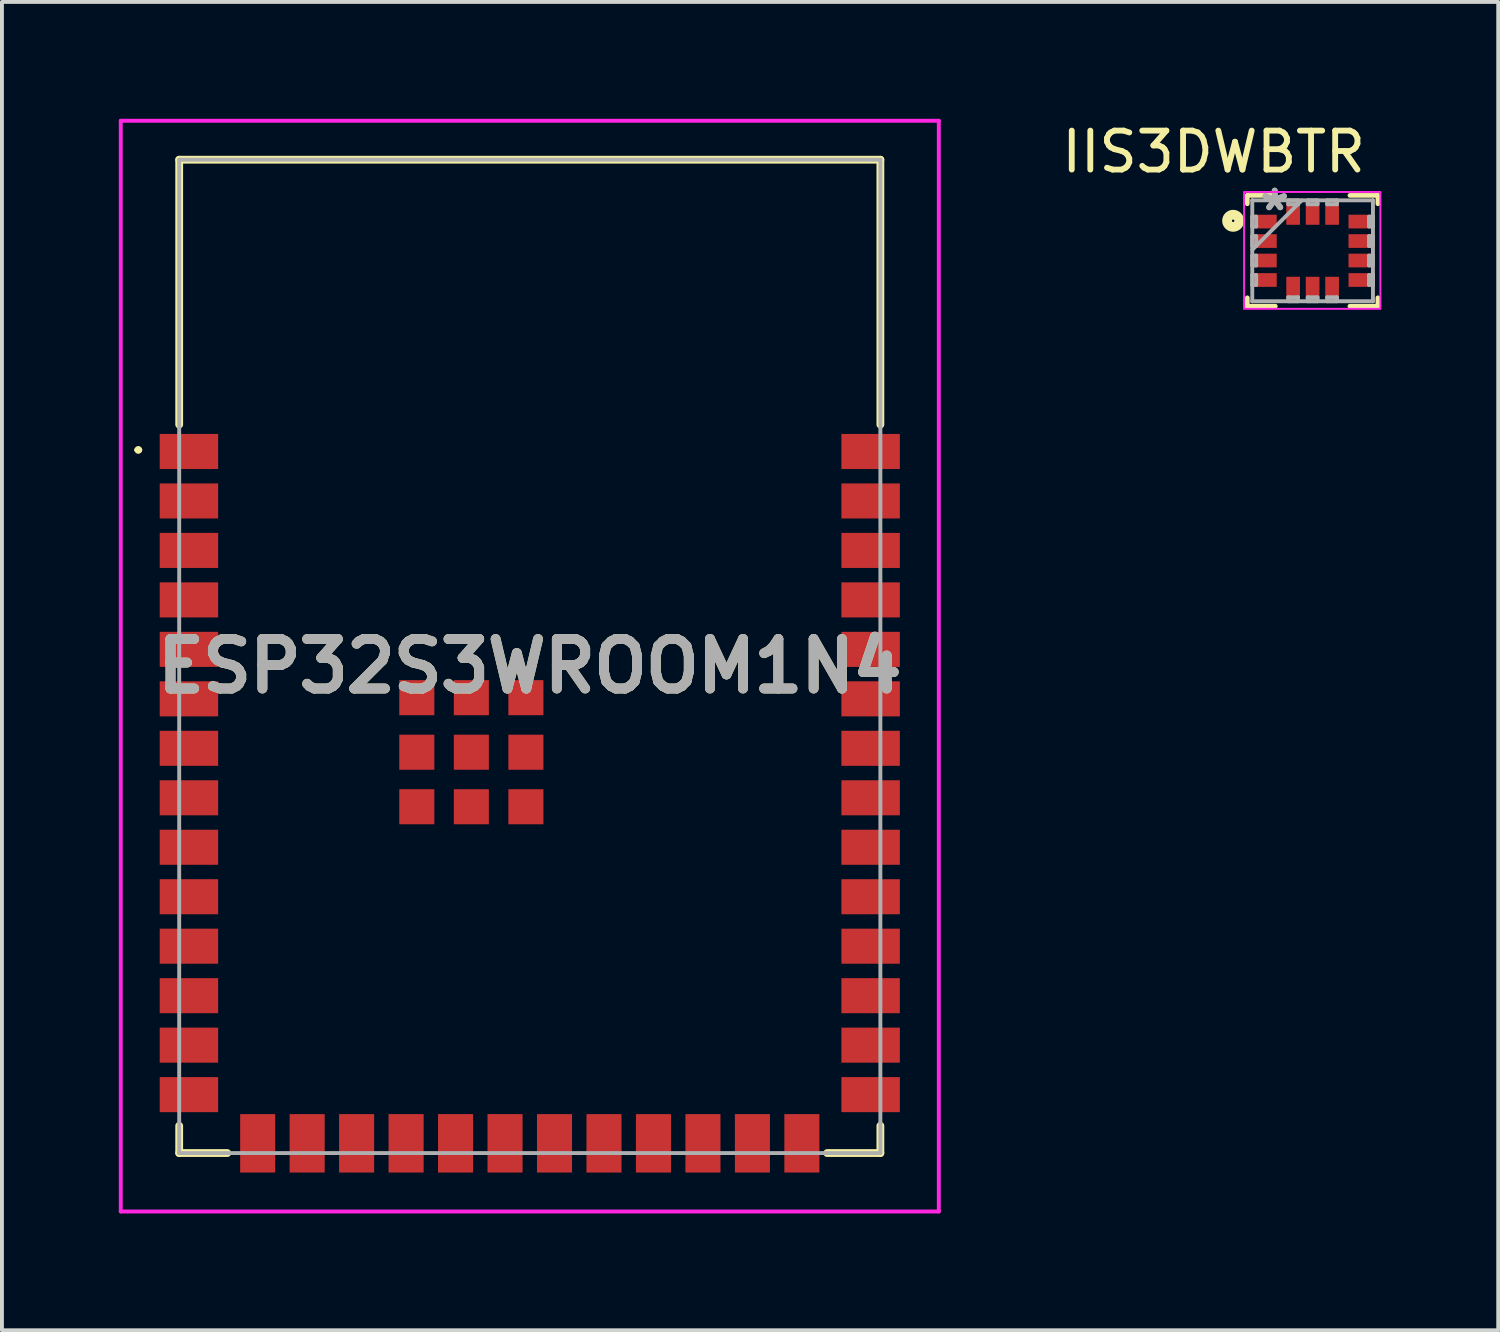
<source format=kicad_pcb>
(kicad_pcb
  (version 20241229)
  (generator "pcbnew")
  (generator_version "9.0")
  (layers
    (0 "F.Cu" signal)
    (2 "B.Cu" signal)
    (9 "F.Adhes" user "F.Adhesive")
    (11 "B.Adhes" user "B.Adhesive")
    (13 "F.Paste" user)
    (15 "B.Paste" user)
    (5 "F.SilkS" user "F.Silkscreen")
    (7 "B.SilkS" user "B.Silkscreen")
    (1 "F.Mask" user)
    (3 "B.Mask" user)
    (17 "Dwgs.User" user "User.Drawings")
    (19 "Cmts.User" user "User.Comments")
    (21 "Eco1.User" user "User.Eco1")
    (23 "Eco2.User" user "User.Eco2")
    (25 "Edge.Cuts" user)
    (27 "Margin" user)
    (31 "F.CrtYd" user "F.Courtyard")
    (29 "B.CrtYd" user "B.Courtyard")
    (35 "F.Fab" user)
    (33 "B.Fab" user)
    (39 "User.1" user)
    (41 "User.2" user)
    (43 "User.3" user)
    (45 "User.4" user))
  (footprint "ESP32S3WROOM1N4"
    (layer "F.Cu")
    (at 10.55 13.8)
    (property "Reference" "ESP32S3WROOM1N4" (at 0 0.25 0) (layer "F.SilkS") (effects (font (size 1.27 1.27) (thickness 0.254))))
    (attr smd)
    (fp_line (start -10.1 -5.3) (end -10.1 -5.3) (stroke (width 0.1) (type solid)) (layer "F.SilkS"))
    (fp_line (start -10 -5.3) (end -10 -5.3) (stroke (width 0.1) (type solid)) (layer "F.SilkS"))
    (fp_line (start -9 -12.75) (end 9 -12.75) (stroke (width 0.2) (type solid)) (layer "F.SilkS"))
    (fp_line (start -9 -5.95) (end -9 -12.75) (stroke (width 0.2) (type solid)) (layer "F.SilkS"))
    (fp_line (start -9 12.05) (end -9 12.75) (stroke (width 0.2) (type solid)) (layer "F.SilkS"))
    (fp_line (start -9 12.75) (end -7.765 12.75) (stroke (width 0.2) (type solid)) (layer "F.SilkS"))
    (fp_line (start 7.635 12.75) (end 9 12.75) (stroke (width 0.2) (type solid)) (layer "F.SilkS"))
    (fp_line (start 9 -12.75) (end 9 -5.95) (stroke (width 0.2) (type solid)) (layer "F.SilkS"))
    (fp_line (start 9 12.75) (end 9 12.05) (stroke (width 0.2) (type solid)) (layer "F.SilkS"))
    (fp_arc (start -10.1 -5.3) (mid -10.05 -5.35) (end -10 -5.3) (stroke (width 0.1) (type solid)) (layer "F.SilkS"))
    (fp_arc (start -10 -5.3) (mid -10.05 -5.25) (end -10.1 -5.3) (stroke (width 0.1) (type solid)) (layer "F.SilkS"))
    (fp_line (start -10.5 -13.75) (end 10.5 -13.75) (stroke (width 0.1) (type solid)) (layer "F.CrtYd"))
    (fp_line (start -10.5 14.25) (end -10.5 -13.75) (stroke (width 0.1) (type solid)) (layer "F.CrtYd"))
    (fp_line (start 10.5 -13.75) (end 10.5 14.25) (stroke (width 0.1) (type solid)) (layer "F.CrtYd"))
    (fp_line (start 10.5 14.25) (end -10.5 14.25) (stroke (width 0.1) (type solid)) (layer "F.CrtYd"))
    (fp_line (start -9 -12.75) (end 9 -12.75) (stroke (width 0.1) (type solid)) (layer "F.Fab"))
    (fp_line (start -9 12.75) (end -9 -12.75) (stroke (width 0.1) (type solid)) (layer "F.Fab"))
    (fp_line (start 9 -12.75) (end 9 12.75) (stroke (width 0.1) (type solid)) (layer "F.Fab"))
    (fp_line (start 9 12.75) (end -9 12.75) (stroke (width 0.1) (type solid)) (layer "F.Fab"))
    (fp_text user "${REFERENCE}" (at 0 0.25 0) (layer "F.Fab") (effects (font (size 1.27 1.27) (thickness 0.254))))
    (pad "1" smd rect (at -8.75 -5.26 90) (size 0.9 1.5) (layers "F.Cu" "F.Mask" "F.Paste"))
    (pad "2" smd rect (at -8.75 -3.99 90) (size 0.9 1.5) (layers "F.Cu" "F.Mask" "F.Paste"))
    (pad "3" smd rect (at -8.75 -2.72 90) (size 0.9 1.5) (layers "F.Cu" "F.Mask" "F.Paste"))
    (pad "4" smd rect (at -8.75 -1.45 90) (size 0.9 1.5) (layers "F.Cu" "F.Mask" "F.Paste"))
    (pad "5" smd rect (at -8.75 -0.18 90) (size 0.9 1.5) (layers "F.Cu" "F.Mask" "F.Paste"))
    (pad "6" smd rect (at -8.75 1.09 90) (size 0.9 1.5) (layers "F.Cu" "F.Mask" "F.Paste"))
    (pad "7" smd rect (at -8.75 2.36 90) (size 0.9 1.5) (layers "F.Cu" "F.Mask" "F.Paste"))
    (pad "8" smd rect (at -8.75 3.63 90) (size 0.9 1.5) (layers "F.Cu" "F.Mask" "F.Paste"))
    (pad "9" smd rect (at -8.75 4.9 90) (size 0.9 1.5) (layers "F.Cu" "F.Mask" "F.Paste"))
    (pad "10" smd rect (at -8.75 6.17 90) (size 0.9 1.5) (layers "F.Cu" "F.Mask" "F.Paste"))
    (pad "11" smd rect (at -8.75 7.44 90) (size 0.9 1.5) (layers "F.Cu" "F.Mask" "F.Paste"))
    (pad "12" smd rect (at -8.75 8.71 90) (size 0.9 1.5) (layers "F.Cu" "F.Mask" "F.Paste"))
    (pad "13" smd rect (at -8.75 9.98 90) (size 0.9 1.5) (layers "F.Cu" "F.Mask" "F.Paste"))
    (pad "14" smd rect (at -8.75 11.25 90) (size 0.9 1.5) (layers "F.Cu" "F.Mask" "F.Paste"))
    (pad "15" smd rect (at -6.985 12.5) (size 0.9 1.5) (layers "F.Cu" "F.Mask" "F.Paste"))
    (pad "16" smd rect (at -5.715 12.5) (size 0.9 1.5) (layers "F.Cu" "F.Mask" "F.Paste"))
    (pad "17" smd rect (at -4.445 12.5) (size 0.9 1.5) (layers "F.Cu" "F.Mask" "F.Paste"))
    (pad "18" smd rect (at -3.175 12.5) (size 0.9 1.5) (layers "F.Cu" "F.Mask" "F.Paste"))
    (pad "19" smd rect (at -1.905 12.5) (size 0.9 1.5) (layers "F.Cu" "F.Mask" "F.Paste"))
    (pad "20" smd rect (at -0.635 12.5) (size 0.9 1.5) (layers "F.Cu" "F.Mask" "F.Paste"))
    (pad "21" smd rect (at 0.635 12.5) (size 0.9 1.5) (layers "F.Cu" "F.Mask" "F.Paste"))
    (pad "22" smd rect (at 1.905 12.5) (size 0.9 1.5) (layers "F.Cu" "F.Mask" "F.Paste"))
    (pad "23" smd rect (at 3.175 12.5) (size 0.9 1.5) (layers "F.Cu" "F.Mask" "F.Paste"))
    (pad "24" smd rect (at 4.445 12.5) (size 0.9 1.5) (layers "F.Cu" "F.Mask" "F.Paste"))
    (pad "25" smd rect (at 5.715 12.5) (size 0.9 1.5) (layers "F.Cu" "F.Mask" "F.Paste"))
    (pad "26" smd rect (at 6.985 12.5) (size 0.9 1.5) (layers "F.Cu" "F.Mask" "F.Paste"))
    (pad "27" smd rect (at 8.75 11.25 90) (size 0.9 1.5) (layers "F.Cu" "F.Mask" "F.Paste"))
    (pad "28" smd rect (at 8.75 9.98 90) (size 0.9 1.5) (layers "F.Cu" "F.Mask" "F.Paste"))
    (pad "29" smd rect (at 8.75 8.71 90) (size 0.9 1.5) (layers "F.Cu" "F.Mask" "F.Paste"))
    (pad "30" smd rect (at 8.75 7.44 90) (size 0.9 1.5) (layers "F.Cu" "F.Mask" "F.Paste"))
    (pad "31" smd rect (at 8.75 6.17 90) (size 0.9 1.5) (layers "F.Cu" "F.Mask" "F.Paste"))
    (pad "32" smd rect (at 8.75 4.9 90) (size 0.9 1.5) (layers "F.Cu" "F.Mask" "F.Paste"))
    (pad "33" smd rect (at 8.75 3.63 90) (size 0.9 1.5) (layers "F.Cu" "F.Mask" "F.Paste"))
    (pad "34" smd rect (at 8.75 2.36 90) (size 0.9 1.5) (layers "F.Cu" "F.Mask" "F.Paste"))
    (pad "35" smd rect (at 8.75 1.09 90) (size 0.9 1.5) (layers "F.Cu" "F.Mask" "F.Paste"))
    (pad "36" smd rect (at 8.75 -0.18 90) (size 0.9 1.5) (layers "F.Cu" "F.Mask" "F.Paste"))
    (pad "37" smd rect (at 8.75 -1.45 90) (size 0.9 1.5) (layers "F.Cu" "F.Mask" "F.Paste"))
    (pad "38" smd rect (at 8.75 -2.72 90) (size 0.9 1.5) (layers "F.Cu" "F.Mask" "F.Paste"))
    (pad "39" smd rect (at 8.75 -3.99 90) (size 0.9 1.5) (layers "F.Cu" "F.Mask" "F.Paste"))
    (pad "40" smd rect (at 8.75 -5.26 90) (size 0.9 1.5) (layers "F.Cu" "F.Mask" "F.Paste"))
    (pad "41" smd rect (at -1.5 2.46) (size 0.9 0.9) (layers "F.Cu" "F.Mask" "F.Paste"))
    (pad "42" smd rect (at -2.9 1.06) (size 0.9 0.9) (layers "F.Cu" "F.Mask" "F.Paste"))
    (pad "43" smd rect (at -2.9 2.46) (size 0.9 0.9) (layers "F.Cu" "F.Mask" "F.Paste"))
    (pad "44" smd rect (at -2.9 3.86) (size 0.9 0.9) (layers "F.Cu" "F.Mask" "F.Paste"))
    (pad "45" smd rect (at -1.5 3.86) (size 0.9 0.9) (layers "F.Cu" "F.Mask" "F.Paste"))
    (pad "46" smd rect (at -0.1 3.86) (size 0.9 0.9) (layers "F.Cu" "F.Mask" "F.Paste"))
    (pad "47" smd rect (at -0.1 2.46) (size 0.9 0.9) (layers "F.Cu" "F.Mask" "F.Paste"))
    (pad "48" smd rect (at -0.1 1.06) (size 0.9 0.9) (layers "F.Cu" "F.Mask" "F.Paste"))
    (pad "49" smd rect (at -1.5 1.06) (size 0.9 0.9) (layers "F.Cu" "F.Mask" "F.Paste")))
  (footprint "IIS3DWBTR"
    (layer "F.Cu")
    (at 30.646 3.388)
    (property "Reference" "IIS3DWBTR" (at -2.54 -2.54 0) (layer "F.SilkS") (effects (font (size 1 1) (thickness 0.15))))
    (attr smd)
    (fp_line (start -1.676 -1.422) (end -1.676 -1.207) (stroke (width 0.12) (type solid)) (layer "F.SilkS"))
    (fp_line (start -1.676 1.207) (end -1.676 1.422) (stroke (width 0.12) (type solid)) (layer "F.SilkS"))
    (fp_line (start -1.676 1.422) (end -0.957 1.422) (stroke (width 0.12) (type solid)) (layer "F.SilkS"))
    (fp_line (start -0.957 -1.422) (end -1.676 -1.422) (stroke (width 0.12) (type solid)) (layer "F.SilkS"))
    (fp_line (start 0.957 1.422) (end 1.676 1.422) (stroke (width 0.12) (type solid)) (layer "F.SilkS"))
    (fp_line (start 1.676 -1.422) (end 0.957 -1.422) (stroke (width 0.12) (type solid)) (layer "F.SilkS"))
    (fp_line (start 1.676 -1.207) (end 1.676 -1.422) (stroke (width 0.12) (type solid)) (layer "F.SilkS"))
    (fp_line (start 1.676 1.422) (end 1.676 1.207) (stroke (width 0.12) (type solid)) (layer "F.SilkS"))
    (fp_circle (center -2.04 -0.77) (end -2.01 -0.76) (stroke (width 0.25) (type default)) (fill no) (layer "F.SilkS"))
    (fp_rect (start -1.76 -1.51) (end 1.74 1.49) (stroke (width 0.05) (type default)) (fill no) (layer "F.CrtYd"))
    (fp_line (start -1.549 -1.295) (end -1.549 -1.295) (stroke (width 0.1) (type solid)) (layer "F.Fab"))
    (fp_line (start -1.549 -1.295) (end -1.549 1.295) (stroke (width 0.1) (type solid)) (layer "F.Fab"))
    (fp_line (start -1.549 -0.875) (end -1.448 -0.875) (stroke (width 0.1) (type solid)) (layer "F.Fab"))
    (fp_line (start -1.549 -0.625) (end -1.549 -0.875) (stroke (width 0.1) (type solid)) (layer "F.Fab"))
    (fp_line (start -1.549 -0.375) (end -1.448 -0.375) (stroke (width 0.1) (type solid)) (layer "F.Fab"))
    (fp_line (start -1.549 -0.125) (end -1.549 -0.375) (stroke (width 0.1) (type solid)) (layer "F.Fab"))
    (fp_line (start -1.549 -0.025) (end -0.279 -1.295) (stroke (width 0.1) (type solid)) (layer "F.Fab"))
    (fp_line (start -1.549 0.125) (end -1.448 0.125) (stroke (width 0.1) (type solid)) (layer "F.Fab"))
    (fp_line (start -1.549 0.375) (end -1.549 0.125) (stroke (width 0.1) (type solid)) (layer "F.Fab"))
    (fp_line (start -1.549 0.625) (end -1.448 0.625) (stroke (width 0.1) (type solid)) (layer "F.Fab"))
    (fp_line (start -1.549 0.875) (end -1.549 0.625) (stroke (width 0.1) (type solid)) (layer "F.Fab"))
    (fp_line (start -1.549 1.295) (end -1.549 1.295) (stroke (width 0.1) (type solid)) (layer "F.Fab"))
    (fp_line (start -1.549 1.295) (end 1.549 1.295) (stroke (width 0.1) (type solid)) (layer "F.Fab"))
    (fp_line (start -1.448 -0.875) (end -1.448 -0.625) (stroke (width 0.1) (type solid)) (layer "F.Fab"))
    (fp_line (start -1.448 -0.625) (end -1.549 -0.625) (stroke (width 0.1) (type solid)) (layer "F.Fab"))
    (fp_line (start -1.448 -0.375) (end -1.448 -0.125) (stroke (width 0.1) (type solid)) (layer "F.Fab"))
    (fp_line (start -1.448 -0.125) (end -1.549 -0.125) (stroke (width 0.1) (type solid)) (layer "F.Fab"))
    (fp_line (start -1.448 0.125) (end -1.448 0.375) (stroke (width 0.1) (type solid)) (layer "F.Fab"))
    (fp_line (start -1.448 0.375) (end -1.549 0.375) (stroke (width 0.1) (type solid)) (layer "F.Fab"))
    (fp_line (start -1.448 0.625) (end -1.448 0.875) (stroke (width 0.1) (type solid)) (layer "F.Fab"))
    (fp_line (start -1.448 0.875) (end -1.549 0.875) (stroke (width 0.1) (type solid)) (layer "F.Fab"))
    (fp_line (start -0.625 -1.295) (end -0.375 -1.295) (stroke (width 0.1) (type solid)) (layer "F.Fab"))
    (fp_line (start -0.625 -1.194) (end -0.625 -1.295) (stroke (width 0.1) (type solid)) (layer "F.Fab"))
    (fp_line (start -0.625 1.194) (end -0.375 1.194) (stroke (width 0.1) (type solid)) (layer "F.Fab"))
    (fp_line (start -0.625 1.295) (end -0.625 1.194) (stroke (width 0.1) (type solid)) (layer "F.Fab"))
    (fp_line (start -0.375 -1.295) (end -0.375 -1.194) (stroke (width 0.1) (type solid)) (layer "F.Fab"))
    (fp_line (start -0.375 -1.194) (end -0.625 -1.194) (stroke (width 0.1) (type solid)) (layer "F.Fab"))
    (fp_line (start -0.375 1.194) (end -0.375 1.295) (stroke (width 0.1) (type solid)) (layer "F.Fab"))
    (fp_line (start -0.375 1.295) (end -0.625 1.295) (stroke (width 0.1) (type solid)) (layer "F.Fab"))
    (fp_line (start -0.125 -1.295) (end 0.125 -1.295) (stroke (width 0.1) (type solid)) (layer "F.Fab"))
    (fp_line (start -0.125 -1.194) (end -0.125 -1.295) (stroke (width 0.1) (type solid)) (layer "F.Fab"))
    (fp_line (start -0.125 1.194) (end 0.125 1.194) (stroke (width 0.1) (type solid)) (layer "F.Fab"))
    (fp_line (start -0.125 1.295) (end -0.125 1.194) (stroke (width 0.1) (type solid)) (layer "F.Fab"))
    (fp_line (start 0.125 -1.295) (end 0.125 -1.194) (stroke (width 0.1) (type solid)) (layer "F.Fab"))
    (fp_line (start 0.125 -1.194) (end -0.125 -1.194) (stroke (width 0.1) (type solid)) (layer "F.Fab"))
    (fp_line (start 0.125 1.194) (end 0.125 1.295) (stroke (width 0.1) (type solid)) (layer "F.Fab"))
    (fp_line (start 0.125 1.295) (end -0.125 1.295) (stroke (width 0.1) (type solid)) (layer "F.Fab"))
    (fp_line (start 0.375 -1.295) (end 0.625 -1.295) (stroke (width 0.1) (type solid)) (layer "F.Fab"))
    (fp_line (start 0.375 -1.194) (end 0.375 -1.295) (stroke (width 0.1) (type solid)) (layer "F.Fab"))
    (fp_line (start 0.375 1.194) (end 0.625 1.194) (stroke (width 0.1) (type solid)) (layer "F.Fab"))
    (fp_line (start 0.375 1.295) (end 0.375 1.194) (stroke (width 0.1) (type solid)) (layer "F.Fab"))
    (fp_line (start 0.625 -1.295) (end 0.625 -1.194) (stroke (width 0.1) (type solid)) (layer "F.Fab"))
    (fp_line (start 0.625 -1.194) (end 0.375 -1.194) (stroke (width 0.1) (type solid)) (layer "F.Fab"))
    (fp_line (start 0.625 1.194) (end 0.625 1.295) (stroke (width 0.1) (type solid)) (layer "F.Fab"))
    (fp_line (start 0.625 1.295) (end 0.375 1.295) (stroke (width 0.1) (type solid)) (layer "F.Fab"))
    (fp_line (start 1.448 -0.875) (end 1.549 -0.875) (stroke (width 0.1) (type solid)) (layer "F.Fab"))
    (fp_line (start 1.448 -0.625) (end 1.448 -0.875) (stroke (width 0.1) (type solid)) (layer "F.Fab"))
    (fp_line (start 1.448 -0.375) (end 1.549 -0.375) (stroke (width 0.1) (type solid)) (layer "F.Fab"))
    (fp_line (start 1.448 -0.125) (end 1.448 -0.375) (stroke (width 0.1) (type solid)) (layer "F.Fab"))
    (fp_line (start 1.448 0.125) (end 1.549 0.125) (stroke (width 0.1) (type solid)) (layer "F.Fab"))
    (fp_line (start 1.448 0.375) (end 1.448 0.125) (stroke (width 0.1) (type solid)) (layer "F.Fab"))
    (fp_line (start 1.448 0.625) (end 1.549 0.625) (stroke (width 0.1) (type solid)) (layer "F.Fab"))
    (fp_line (start 1.448 0.875) (end 1.448 0.625) (stroke (width 0.1) (type solid)) (layer "F.Fab"))
    (fp_line (start 1.549 -1.295) (end -1.549 -1.295) (stroke (width 0.1) (type solid)) (layer "F.Fab"))
    (fp_line (start 1.549 -1.295) (end 1.549 -1.295) (stroke (width 0.1) (type solid)) (layer "F.Fab"))
    (fp_line (start 1.549 -0.875) (end 1.549 -0.625) (stroke (width 0.1) (type solid)) (layer "F.Fab"))
    (fp_line (start 1.549 -0.625) (end 1.448 -0.625) (stroke (width 0.1) (type solid)) (layer "F.Fab"))
    (fp_line (start 1.549 -0.375) (end 1.549 -0.125) (stroke (width 0.1) (type solid)) (layer "F.Fab"))
    (fp_line (start 1.549 -0.125) (end 1.448 -0.125) (stroke (width 0.1) (type solid)) (layer "F.Fab"))
    (fp_line (start 1.549 0.125) (end 1.549 0.375) (stroke (width 0.1) (type solid)) (layer "F.Fab"))
    (fp_line (start 1.549 0.375) (end 1.448 0.375) (stroke (width 0.1) (type solid)) (layer "F.Fab"))
    (fp_line (start 1.549 0.625) (end 1.549 0.875) (stroke (width 0.1) (type solid)) (layer "F.Fab"))
    (fp_line (start 1.549 0.875) (end 1.448 0.875) (stroke (width 0.1) (type solid)) (layer "F.Fab"))
    (fp_line (start 1.549 1.295) (end 1.549 -1.295) (stroke (width 0.1) (type solid)) (layer "F.Fab"))
    (fp_line (start 1.549 1.295) (end 1.549 1.295) (stroke (width 0.1) (type solid)) (layer "F.Fab"))
    (fp_text user "*" (at -0.973 -1 0) (layer "F.Fab") (effects (font (size 1 1) (thickness 0.15))))
    (fp_text user "*" (at -0.973 -1 0) (layer "F.Fab") (effects (font (size 1 1) (thickness 0.15))))
    (pad "1" smd rect (at -1.21 -0.75 90) (size 0.352 0.577) (layers "F.Cu" "F.Mask" "F.Paste"))
    (pad "2" smd rect (at -1.21 -0.25 90) (size 0.352 0.577) (layers "F.Cu" "F.Mask" "F.Paste"))
    (pad "3" smd rect (at -1.21 0.25 90) (size 0.352 0.577) (layers "F.Cu" "F.Mask" "F.Paste"))
    (pad "4" smd rect (at -1.21 0.75 90) (size 0.352 0.577) (layers "F.Cu" "F.Mask" "F.Paste"))
    (pad "5" smd rect (at -0.5 0.956) (size 0.352 0.577) (layers "F.Cu" "F.Mask" "F.Paste"))
    (pad "6" smd rect (at 0 0.956) (size 0.352 0.577) (layers "F.Cu" "F.Mask" "F.Paste"))
    (pad "7" smd rect (at 0.5 0.956) (size 0.352 0.577) (layers "F.Cu" "F.Mask" "F.Paste"))
    (pad "8" smd rect (at 1.21 0.75 90) (size 0.352 0.577) (layers "F.Cu" "F.Mask" "F.Paste"))
    (pad "9" smd rect (at 1.21 0.25 90) (size 0.352 0.577) (layers "F.Cu" "F.Mask" "F.Paste"))
    (pad "10" smd rect (at 1.21 -0.25 90) (size 0.352 0.577) (layers "F.Cu" "F.Mask" "F.Paste"))
    (pad "11" smd rect (at 1.21 -0.75 90) (size 0.352 0.577) (layers "F.Cu" "F.Mask" "F.Paste"))
    (pad "12" smd rect (at 0.5 -0.956) (size 0.352 0.577) (layers "F.Cu" "F.Mask" "F.Paste"))
    (pad "13" smd rect (at 0 -0.956) (size 0.352 0.577) (layers "F.Cu" "F.Mask" "F.Paste"))
    (pad "14" smd rect (at -0.5 -0.956) (size 0.352 0.577) (layers "F.Cu" "F.Mask" "F.Paste")))
  (gr_rect
    (start -3 -3)
    (end 35.411 31.1)
    (stroke (width 0.1) (type default))
    (fill no)
    (layer "Edge.Cuts")))
</source>
